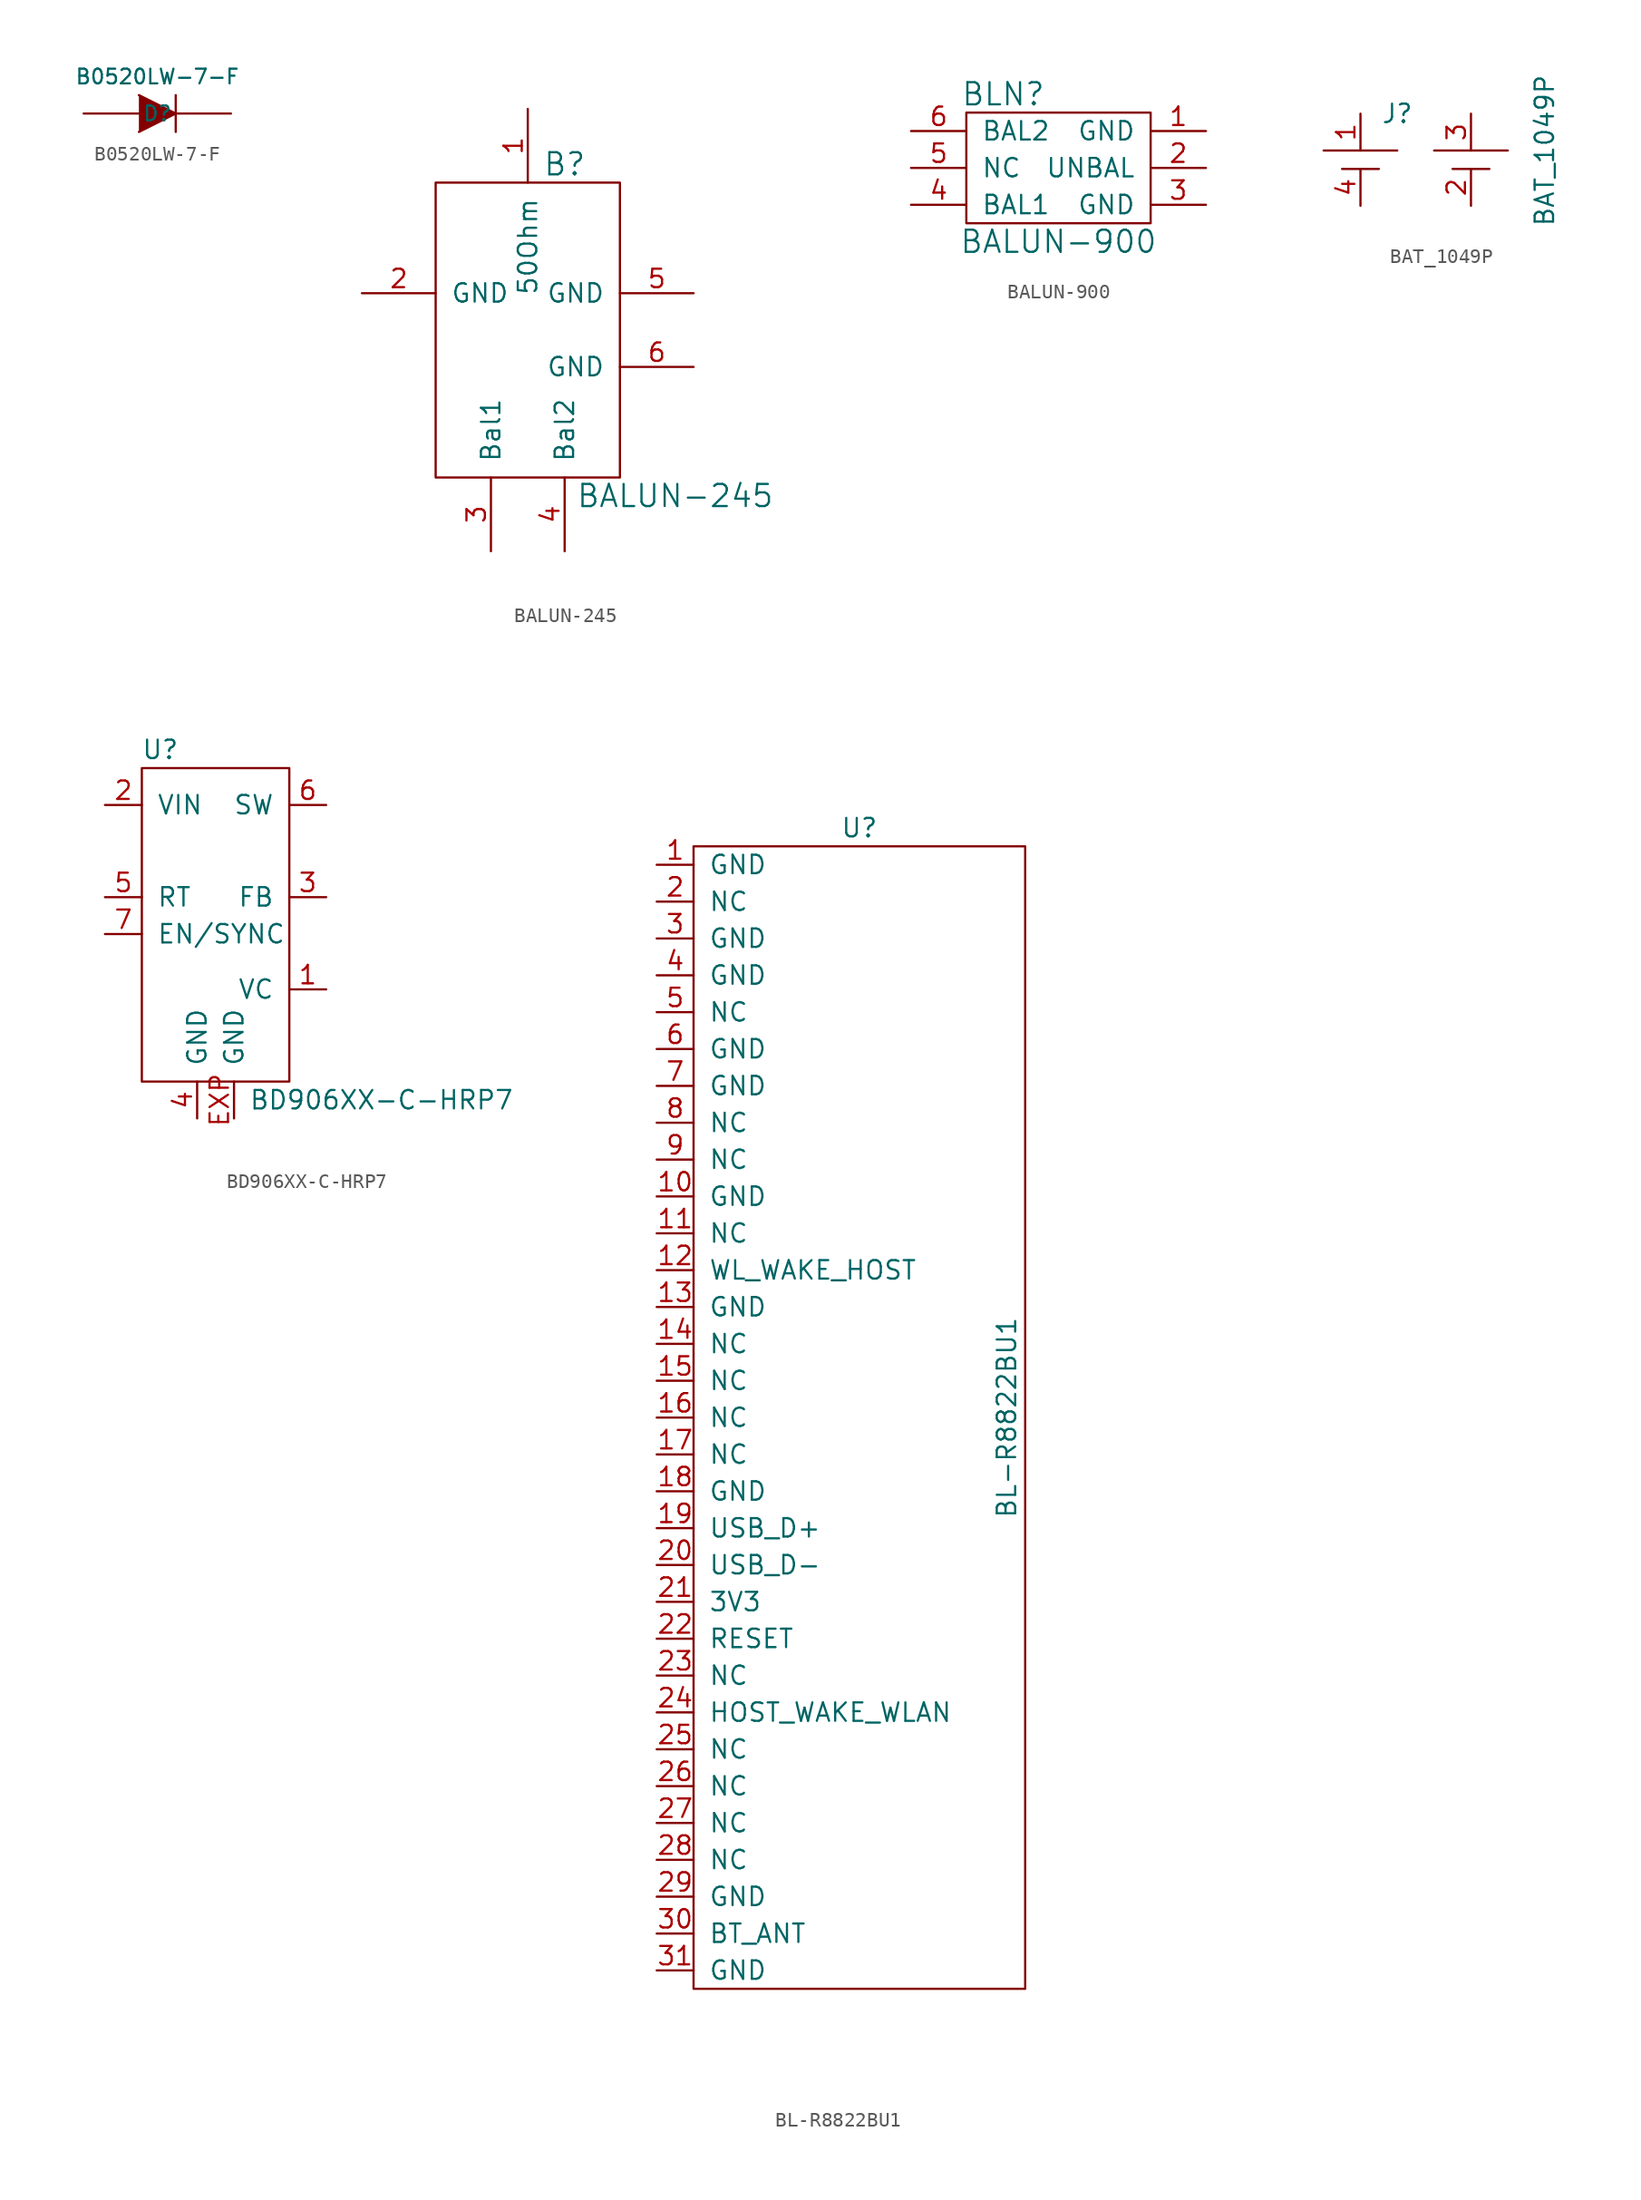
<source format=kicad_sym>
(kicad_symbol_lib
  (version 20211014)
  (generator kicad_symbol_editor)
  (symbol "B0520LW-7-F"
    (pin_numbers hide)
    (pin_names
      (offset 1.016) hide)
    (property "Reference" "D"
      (at 0 0 0)
      (effects (font (size 1.016 1.016))))
    (property "Value" "B0520LW-7-F"
      (at 0 2.54 0)
      (effects (font (size 1.016 1.016))))
    (property "Datasheet" ""
      (at 0 0 0)
      (effects (font (size 1.524 1.524))))
    (symbol "B0520LW-7-F_0_1"
      (polyline (pts (xy 1.27 1.27) (xy 1.27 -1.27)) (stroke (width 0.152) (type default) (color 0 0 0 0)) (fill (type none)))
      (polyline (pts (xy -1.27 1.27) (xy 1.27 0) (xy -1.27 -1.27)) (stroke (width 0) (type default) (color 0 0 0 0)) (fill (type outline))))
    (symbol "B0520LW-7-F_1_1"
      (pin passive line (at -5.08 0 0) (length 3.81) (name "A" (effects (font (size 1.016 1.016)))) (number "1" (effects (font (size 1.016 1.016)))))
      (pin passive line (at 5.08 0 180) (length 3.81) (name "K" (effects (font (size 1.016 1.016)))) (number "2" (effects (font (size 1.016 1.016)))))))
  (symbol "BALUN-245"
    (pin_names
      (offset 1.016))
    (property "Reference" "B"
      (at 2.54 11.43 0)
      (effects (font (size 1.524 1.524))))
    (property "Value" "BALUN-245"
      (at 10.16 -11.43 0)
      (effects (font (size 1.524 1.524))))
    (symbol "BALUN-245_0_1"
      (rectangle (start -6.35 10.16) (end 6.35 -10.16) (stroke (width 0) (type default) (color 0 0 0 0)) (fill (type none))))
    (symbol "BALUN-245_1_1"
      (pin passive line (at 0 15.24 270) (length 5.08) (name "50Ohm" (effects (font (size 1.27 1.27)))) (number "1" (effects (font (size 1.27 1.27)))))
      (pin passive line (at -11.43 2.54 0) (length 5.08) (name "GND" (effects (font (size 1.27 1.27)))) (number "2" (effects (font (size 1.27 1.27)))))
      (pin passive line (at -2.54 -15.24 90) (length 5.08) (name "Bal1" (effects (font (size 1.27 1.27)))) (number "3" (effects (font (size 1.27 1.27)))))
      (pin passive line (at 2.54 -15.24 90) (length 5.08) (name "Bal2" (effects (font (size 1.27 1.27)))) (number "4" (effects (font (size 1.27 1.27)))))
      (pin passive line (at 11.43 2.54 180) (length 5.08) (name "GND" (effects (font (size 1.27 1.27)))) (number "5" (effects (font (size 1.27 1.27)))))
      (pin passive line (at 11.43 -2.54 180) (length 5.08) (name "GND" (effects (font (size 1.27 1.27)))) (number "6" (effects (font (size 1.27 1.27)))))))
  (symbol "BALUN-900"
    (pin_names
      (offset 1.016))
    (property "Reference" "BLN"
      (at -3.81 5.08 0)
      (effects (font (size 1.524 1.524))))
    (property "Value" "BALUN-900"
      (at 0 -5.08 0)
      (effects (font (size 1.524 1.524))))
    (property "Footprint" ""
      (at 0 0 0)
      (effects (font (size 1.524 1.524))))
    (property "Datasheet" ""
      (at 0 0 0)
      (effects (font (size 1.524 1.524))))
    (symbol "BALUN-900_0_1"
      (rectangle (start -6.35 3.81) (end 6.35 -3.81) (stroke (width 0) (type default) (color 0 0 0 0)) (fill (type none))))
    (symbol "BALUN-900_1_1"
      (pin passive line (at 10.16 2.54 180) (length 3.81) (name "GND" (effects (font (size 1.27 1.27)))) (number "1" (effects (font (size 1.27 1.27)))))
      (pin passive line (at 10.16 0 180) (length 3.81) (name "UNBAL" (effects (font (size 1.27 1.27)))) (number "2" (effects (font (size 1.27 1.27)))))
      (pin passive line (at 10.16 -2.54 180) (length 3.81) (name "GND" (effects (font (size 1.27 1.27)))) (number "3" (effects (font (size 1.27 1.27)))))
      (pin passive line (at -10.16 -2.54 0) (length 3.81) (name "BAL1" (effects (font (size 1.27 1.27)))) (number "4" (effects (font (size 1.27 1.27)))))
      (pin passive line (at -10.16 0 0) (length 3.81) (name "NC" (effects (font (size 1.27 1.27)))) (number "5" (effects (font (size 1.27 1.27)))))
      (pin passive line (at -10.16 2.54 0) (length 3.81) (name "BAL2" (effects (font (size 1.27 1.27)))) (number "6" (effects (font (size 1.27 1.27)))))))
  (symbol "BAT_1049P"
    (pin_names
      (offset 1.016))
    (property "Reference" "J"
      (at -1.27 2.54 0)
      (effects (font (size 1.27 1.27))))
    (property "Value" "BAT_1049P"
      (at 8.89 0 90)
      (effects (font (size 1.27 1.27))))
    (symbol "BAT_1049P_0_1"
      (polyline (pts (xy -6.35 0) (xy -1.27 0)) (stroke (width 0) (type default) (color 0 0 0 0)) (fill (type none)))
      (polyline (pts (xy -5.08 -1.27) (xy -2.54 -1.27)) (stroke (width 0) (type default) (color 0 0 0 0)) (fill (type none)))
      (polyline (pts (xy 1.27 0) (xy 6.35 0)) (stroke (width 0) (type default) (color 0 0 0 0)) (fill (type none)))
      (polyline (pts (xy 2.54 -1.27) (xy 5.08 -1.27)) (stroke (width 0) (type default) (color 0 0 0 0)) (fill (type none))))
    (symbol "BAT_1049P_1_1"
      (pin passive line (at -3.81 2.54 270) (length 2.54) (name "~" (effects (font (size 1.27 1.27)))) (number "1" (effects (font (size 1.27 1.27)))))
      (pin passive line (at 3.81 -3.81 90) (length 2.54) (name "~" (effects (font (size 1.27 1.27)))) (number "2" (effects (font (size 1.27 1.27)))))
      (pin passive line (at 3.81 2.54 270) (length 2.54) (name "~" (effects (font (size 1.27 1.27)))) (number "3" (effects (font (size 1.27 1.27)))))
      (pin passive line (at -3.81 -3.81 90) (length 2.54) (name "~" (effects (font (size 1.27 1.27)))) (number "4" (effects (font (size 1.27 1.27)))))))
  (symbol "BD906XX-C-HRP7"
    (pin_names
      (offset 1.016))
    (property "Reference" "U"
      (at -3.81 10.16 0)
      (effects (font (size 1.27 1.27))))
    (property "Value" "BD906XX-C-HRP7"
      (at 11.43 -13.97 0)
      (effects (font (size 1.27 1.27))))
    (symbol "BD906XX-C-HRP7_0_1"
      (rectangle (start -5.08 8.89) (end 5.08 -12.7) (stroke (width 0) (type default) (color 0 0 0 0)) (fill (type none))))
    (symbol "BD906XX-C-HRP7_1_1"
      (pin passive line (at 7.62 -6.35 180) (length 2.54) (name "VC" (effects (font (size 1.27 1.27)))) (number "1" (effects (font (size 1.27 1.27)))))
      (pin passive line (at -7.62 6.35 0) (length 2.54) (name "VIN" (effects (font (size 1.27 1.27)))) (number "2" (effects (font (size 1.27 1.27)))))
      (pin passive line (at 7.62 0 180) (length 2.54) (name "FB" (effects (font (size 1.27 1.27)))) (number "3" (effects (font (size 1.27 1.27)))))
      (pin passive line (at -1.27 -15.24 90) (length 2.54) (name "GND" (effects (font (size 1.27 1.27)))) (number "4" (effects (font (size 1.27 1.27)))))
      (pin passive line (at -7.62 0 0) (length 2.54) (name "RT" (effects (font (size 1.27 1.27)))) (number "5" (effects (font (size 1.27 1.27)))))
      (pin passive line (at 7.62 6.35 180) (length 2.54) (name "SW" (effects (font (size 1.27 1.27)))) (number "6" (effects (font (size 1.27 1.27)))))
      (pin passive line (at -7.62 -2.54 0) (length 2.54) (name "EN/SYNC" (effects (font (size 1.27 1.27)))) (number "7" (effects (font (size 1.27 1.27)))))
      (pin passive line (at 1.27 -15.24 90) (length 2.54) (name "GND" (effects (font (size 1.27 1.27)))) (number "EXP" (effects (font (size 1.27 1.27)))))))
  (symbol "BL-R8822BU1"
    (pin_names
      (offset 1.016))
    (property "Reference" "U"
      (at 0 40.64 0)
      (effects (font (size 1.27 1.27))))
    (property "Value" "BL-R8822BU1"
      (at 10.16 0 90)
      (effects (font (size 1.27 1.27))))
    (symbol "BL-R8822BU1_0_1"
      (rectangle (start -11.43 39.37) (end 11.43 -39.37) (stroke (width 0) (type default) (color 0 0 0 0)) (fill (type none))))
    (symbol "BL-R8822BU1_1_1"
      (pin input line (at -13.97 38.1 0) (length 2.54) (name "GND" (effects (font (size 1.27 1.27)))) (number "1" (effects (font (size 1.27 1.27)))))
      (pin input line (at -13.97 15.24 0) (length 2.54) (name "GND" (effects (font (size 1.27 1.27)))) (number "10" (effects (font (size 1.27 1.27)))))
      (pin input line (at -13.97 12.7 0) (length 2.54) (name "NC" (effects (font (size 1.27 1.27)))) (number "11" (effects (font (size 1.27 1.27)))))
      (pin input line (at -13.97 10.16 0) (length 2.54) (name "WL_WAKE_HOST" (effects (font (size 1.27 1.27)))) (number "12" (effects (font (size 1.27 1.27)))))
      (pin input line (at -13.97 7.62 0) (length 2.54) (name "GND" (effects (font (size 1.27 1.27)))) (number "13" (effects (font (size 1.27 1.27)))))
      (pin input line (at -13.97 5.08 0) (length 2.54) (name "NC" (effects (font (size 1.27 1.27)))) (number "14" (effects (font (size 1.27 1.27)))))
      (pin input line (at -13.97 2.54 0) (length 2.54) (name "NC" (effects (font (size 1.27 1.27)))) (number "15" (effects (font (size 1.27 1.27)))))
      (pin input line (at -13.97 0 0) (length 2.54) (name "NC" (effects (font (size 1.27 1.27)))) (number "16" (effects (font (size 1.27 1.27)))))
      (pin input line (at -13.97 -2.54 0) (length 2.54) (name "NC" (effects (font (size 1.27 1.27)))) (number "17" (effects (font (size 1.27 1.27)))))
      (pin input line (at -13.97 -5.08 0) (length 2.54) (name "GND" (effects (font (size 1.27 1.27)))) (number "18" (effects (font (size 1.27 1.27)))))
      (pin input line (at -13.97 -7.62 0) (length 2.54) (name "USB_D+" (effects (font (size 1.27 1.27)))) (number "19" (effects (font (size 1.27 1.27)))))
      (pin input line (at -13.97 35.56 0) (length 2.54) (name "NC" (effects (font (size 1.27 1.27)))) (number "2" (effects (font (size 1.27 1.27)))))
      (pin input line (at -13.97 -10.16 0) (length 2.54) (name "USB_D-" (effects (font (size 1.27 1.27)))) (number "20" (effects (font (size 1.27 1.27)))))
      (pin input line (at -13.97 -12.7 0) (length 2.54) (name "3V3" (effects (font (size 1.27 1.27)))) (number "21" (effects (font (size 1.27 1.27)))))
      (pin input line (at -13.97 -15.24 0) (length 2.54) (name "RESET" (effects (font (size 1.27 1.27)))) (number "22" (effects (font (size 1.27 1.27)))))
      (pin input line (at -13.97 -17.78 0) (length 2.54) (name "NC" (effects (font (size 1.27 1.27)))) (number "23" (effects (font (size 1.27 1.27)))))
      (pin input line (at -13.97 -20.32 0) (length 2.54) (name "HOST_WAKE_WLAN" (effects (font (size 1.27 1.27)))) (number "24" (effects (font (size 1.27 1.27)))))
      (pin input line (at -13.97 -22.86 0) (length 2.54) (name "NC" (effects (font (size 1.27 1.27)))) (number "25" (effects (font (size 1.27 1.27)))))
      (pin input line (at -13.97 -25.4 0) (length 2.54) (name "NC" (effects (font (size 1.27 1.27)))) (number "26" (effects (font (size 1.27 1.27)))))
      (pin input line (at -13.97 -27.94 0) (length 2.54) (name "NC" (effects (font (size 1.27 1.27)))) (number "27" (effects (font (size 1.27 1.27)))))
      (pin input line (at -13.97 -30.48 0) (length 2.54) (name "NC" (effects (font (size 1.27 1.27)))) (number "28" (effects (font (size 1.27 1.27)))))
      (pin input line (at -13.97 -33.02 0) (length 2.54) (name "GND" (effects (font (size 1.27 1.27)))) (number "29" (effects (font (size 1.27 1.27)))))
      (pin input line (at -13.97 33.02 0) (length 2.54) (name "GND" (effects (font (size 1.27 1.27)))) (number "3" (effects (font (size 1.27 1.27)))))
      (pin input line (at -13.97 -35.56 0) (length 2.54) (name "BT_ANT" (effects (font (size 1.27 1.27)))) (number "30" (effects (font (size 1.27 1.27)))))
      (pin input line (at -13.97 -38.1 0) (length 2.54) (name "GND" (effects (font (size 1.27 1.27)))) (number "31" (effects (font (size 1.27 1.27)))))
      (pin input line (at -13.97 30.48 0) (length 2.54) (name "GND" (effects (font (size 1.27 1.27)))) (number "4" (effects (font (size 1.27 1.27)))))
      (pin input line (at -13.97 27.94 0) (length 2.54) (name "NC" (effects (font (size 1.27 1.27)))) (number "5" (effects (font (size 1.27 1.27)))))
      (pin input line (at -13.97 25.4 0) (length 2.54) (name "GND" (effects (font (size 1.27 1.27)))) (number "6" (effects (font (size 1.27 1.27)))))
      (pin input line (at -13.97 22.86 0) (length 2.54) (name "GND" (effects (font (size 1.27 1.27)))) (number "7" (effects (font (size 1.27 1.27)))))
      (pin input line (at -13.97 20.32 0) (length 2.54) (name "NC" (effects (font (size 1.27 1.27)))) (number "8" (effects (font (size 1.27 1.27)))))
      (pin input line (at -13.97 17.78 0) (length 2.54) (name "NC" (effects (font (size 1.27 1.27)))) (number "9" (effects (font (size 1.27 1.27))))))))
</source>
